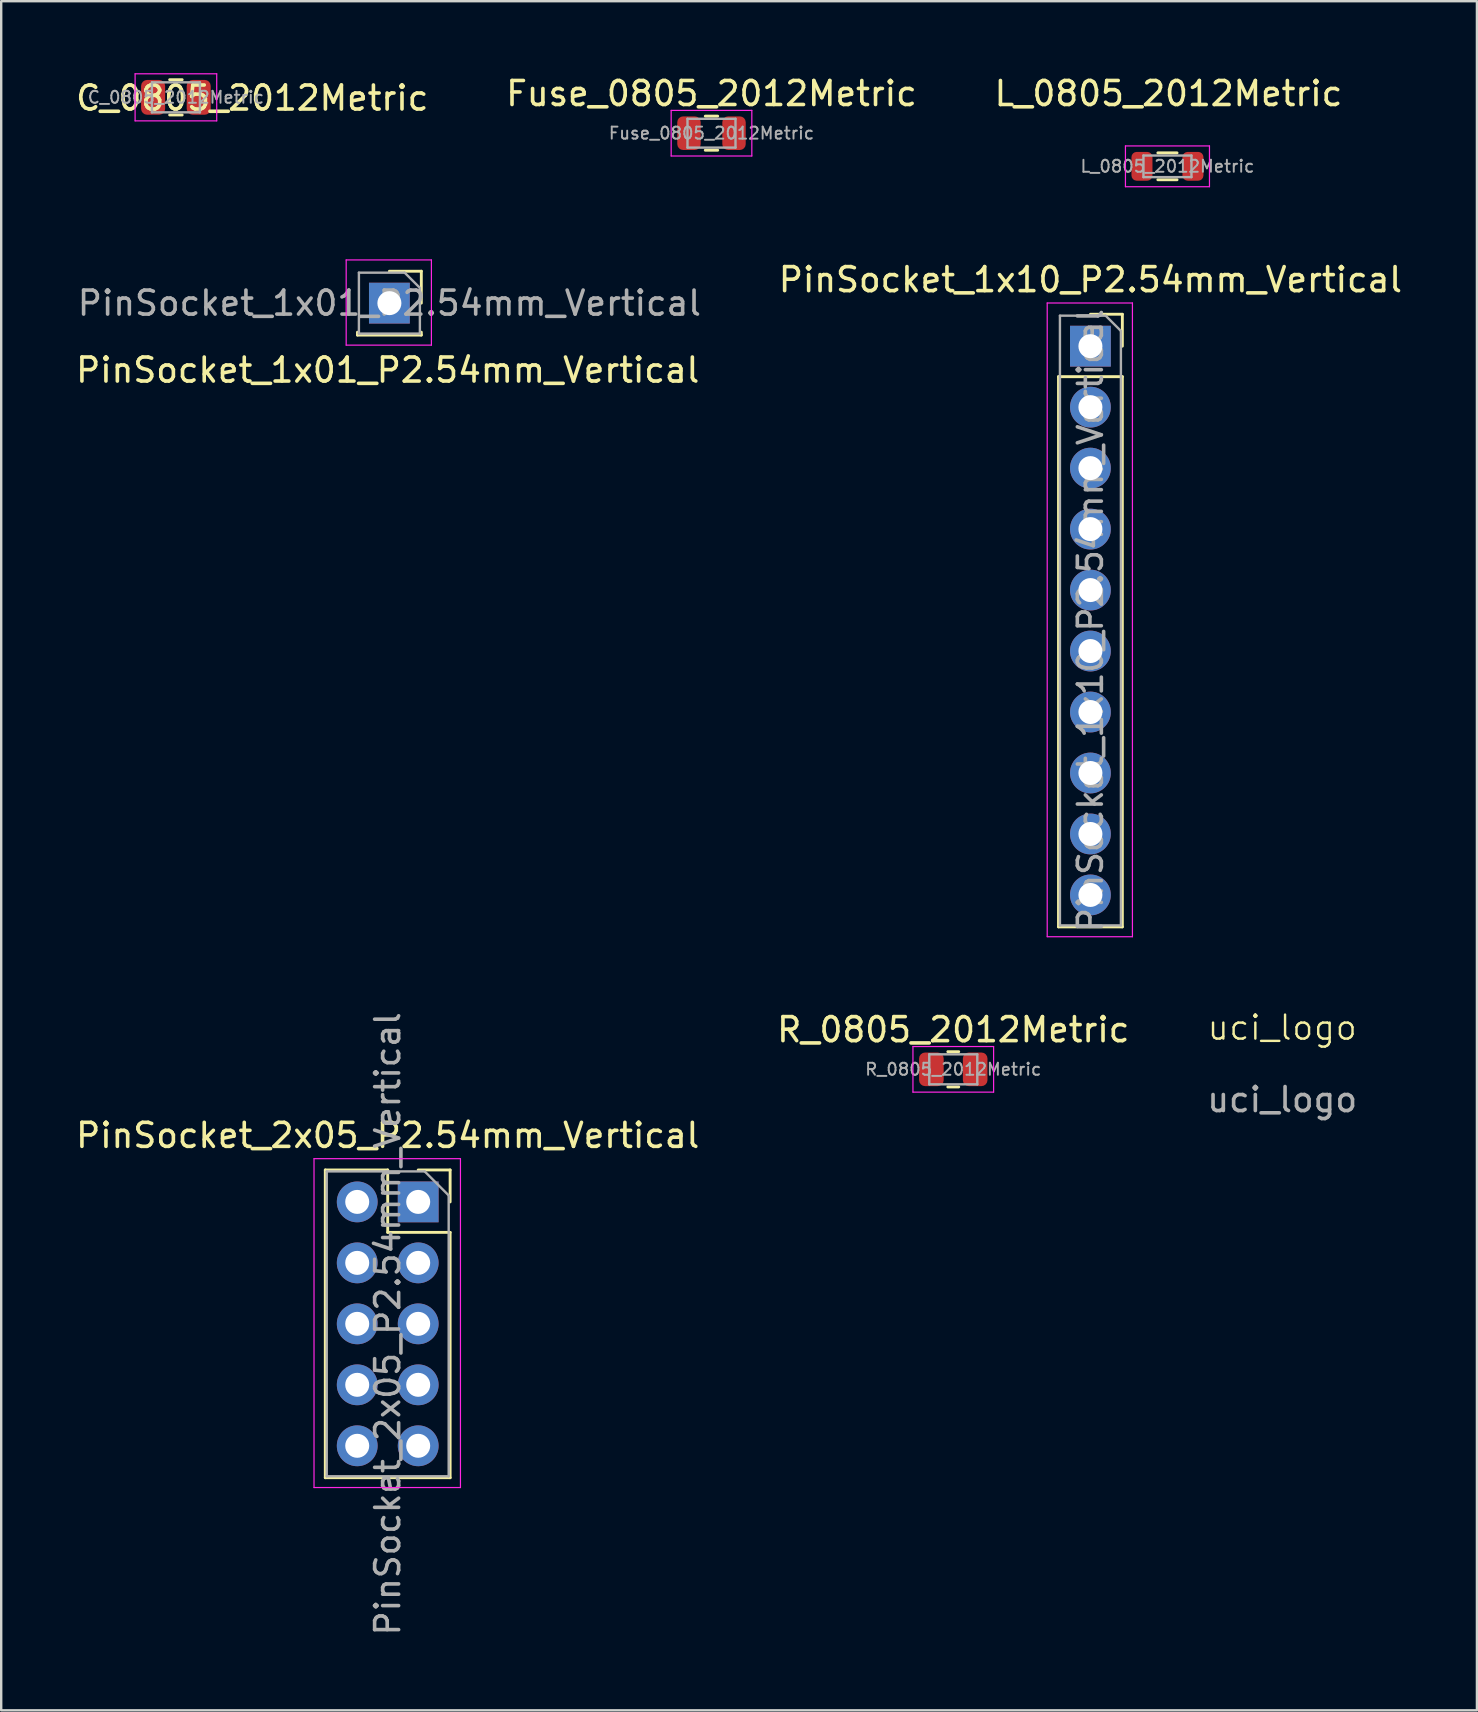
<source format=kicad_pcb>
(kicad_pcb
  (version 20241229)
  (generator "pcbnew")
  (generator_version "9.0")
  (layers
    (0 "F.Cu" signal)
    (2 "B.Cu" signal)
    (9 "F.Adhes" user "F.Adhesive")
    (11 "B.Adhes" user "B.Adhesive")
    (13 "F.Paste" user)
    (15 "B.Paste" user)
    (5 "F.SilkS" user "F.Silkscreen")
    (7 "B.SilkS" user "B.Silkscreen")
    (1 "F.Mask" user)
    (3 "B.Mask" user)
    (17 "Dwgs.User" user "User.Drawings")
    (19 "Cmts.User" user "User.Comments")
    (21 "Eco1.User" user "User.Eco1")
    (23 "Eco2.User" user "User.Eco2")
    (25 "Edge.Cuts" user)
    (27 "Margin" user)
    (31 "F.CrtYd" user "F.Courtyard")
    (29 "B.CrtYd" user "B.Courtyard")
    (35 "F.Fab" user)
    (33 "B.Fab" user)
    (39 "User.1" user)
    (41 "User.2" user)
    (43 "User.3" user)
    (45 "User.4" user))
  (footprint "L_0805_2012Metric"
    (layer "F.Cu")
    (at 45.583 3.878)
    (property "Reference" "L_0805_2012Metric" (at 0.043 -3.03 0) (layer "F.SilkS") (effects (font (size 1 1) (thickness 0.15))))
    (attr smd)
    (fp_line (start -0.4 -0.56) (end 0.4 -0.56) (stroke (width 0.12) (type solid)) (layer "F.SilkS"))
    (fp_line (start -0.4 0.56) (end 0.4 0.56) (stroke (width 0.12) (type solid)) (layer "F.SilkS"))
    (fp_line (start -1.75 -0.85) (end 1.75 -0.85) (stroke (width 0.05) (type solid)) (layer "F.CrtYd"))
    (fp_line (start -1.75 0.85) (end -1.75 -0.85) (stroke (width 0.05) (type solid)) (layer "F.CrtYd"))
    (fp_line (start 1.75 -0.85) (end 1.75 0.85) (stroke (width 0.05) (type solid)) (layer "F.CrtYd"))
    (fp_line (start 1.75 0.85) (end -1.75 0.85) (stroke (width 0.05) (type solid)) (layer "F.CrtYd"))
    (fp_line (start -1 -0.45) (end 1 -0.45) (stroke (width 0.1) (type solid)) (layer "F.Fab"))
    (fp_line (start -1 0.45) (end -1 -0.45) (stroke (width 0.1) (type solid)) (layer "F.Fab"))
    (fp_line (start 1 -0.45) (end 1 0.45) (stroke (width 0.1) (type solid)) (layer "F.Fab"))
    (fp_line (start 1 0.45) (end -1 0.45) (stroke (width 0.1) (type solid)) (layer "F.Fab"))
    (fp_text user "${REFERENCE}" (at 0 0 0) (layer "F.Fab") (effects (font (size 0.5 0.5) (thickness 0.08))))
    (pad "1" smd roundrect (at -1.062 0) (size 0.875 1.2) (layers "F.Cu" "F.Mask" "F.Paste") (roundrect_rratio 0.25))
    (pad "2" smd roundrect (at 1.062 0) (size 0.875 1.2) (layers "F.Cu" "F.Mask" "F.Paste") (roundrect_rratio 0.25)))
  (footprint "C_0805_2012Metric"
    (layer "F.Cu")
    (at 4.278 1.005)
    (property "Reference" "C_0805_2012Metric" (at 3.18 0.03 0) (layer "F.SilkS") (effects (font (size 1 1) (thickness 0.15))))
    (attr smd)
    (fp_line (start -0.261 -0.735) (end 0.261 -0.735) (stroke (width 0.12) (type solid)) (layer "F.SilkS"))
    (fp_line (start -0.261 0.735) (end 0.261 0.735) (stroke (width 0.12) (type solid)) (layer "F.SilkS"))
    (fp_line (start -1.7 -0.98) (end 1.7 -0.98) (stroke (width 0.05) (type solid)) (layer "F.CrtYd"))
    (fp_line (start -1.7 0.98) (end -1.7 -0.98) (stroke (width 0.05) (type solid)) (layer "F.CrtYd"))
    (fp_line (start 1.7 -0.98) (end 1.7 0.98) (stroke (width 0.05) (type solid)) (layer "F.CrtYd"))
    (fp_line (start 1.7 0.98) (end -1.7 0.98) (stroke (width 0.05) (type solid)) (layer "F.CrtYd"))
    (fp_line (start -1 -0.625) (end 1 -0.625) (stroke (width 0.1) (type solid)) (layer "F.Fab"))
    (fp_line (start -1 0.625) (end -1 -0.625) (stroke (width 0.1) (type solid)) (layer "F.Fab"))
    (fp_line (start 1 -0.625) (end 1 0.625) (stroke (width 0.1) (type solid)) (layer "F.Fab"))
    (fp_line (start 1 0.625) (end -1 0.625) (stroke (width 0.1) (type solid)) (layer "F.Fab"))
    (fp_text user "${REFERENCE}" (at 0 0 0) (layer "F.Fab") (effects (font (size 0.5 0.5) (thickness 0.08))))
    (pad "1" smd roundrect (at -0.95 0) (size 1 1.45) (layers "F.Cu" "F.Mask" "F.Paste") (roundrect_rratio 0.25))
    (pad "2" smd roundrect (at 0.95 0) (size 1 1.45) (layers "F.Cu" "F.Mask" "F.Paste") (roundrect_rratio 0.25)))
  (footprint "PinSocket_2x05_P2.54mm_Vertical"
    (layer "F.Cu")
    (at 14.371 47.018)
    (property "Reference" "PinSocket_2x05_P2.54mm_Vertical" (at -1.27 -2.77 0) (layer "F.SilkS") (effects (font (size 1 1) (thickness 0.15))))
    (attr through_hole)
    (fp_line (start -3.87 -1.33) (end -3.87 11.49) (stroke (width 0.12) (type solid)) (layer "F.SilkS"))
    (fp_line (start -3.87 -1.33) (end -1.27 -1.33) (stroke (width 0.12) (type solid)) (layer "F.SilkS"))
    (fp_line (start -3.87 11.49) (end 1.33 11.49) (stroke (width 0.12) (type solid)) (layer "F.SilkS"))
    (fp_line (start -1.27 -1.33) (end -1.27 1.27) (stroke (width 0.12) (type solid)) (layer "F.SilkS"))
    (fp_line (start -1.27 1.27) (end 1.33 1.27) (stroke (width 0.12) (type solid)) (layer "F.SilkS"))
    (fp_line (start 0 -1.33) (end 1.33 -1.33) (stroke (width 0.12) (type solid)) (layer "F.SilkS"))
    (fp_line (start 1.33 -1.33) (end 1.33 0) (stroke (width 0.12) (type solid)) (layer "F.SilkS"))
    (fp_line (start 1.33 1.27) (end 1.33 11.49) (stroke (width 0.12) (type solid)) (layer "F.SilkS"))
    (fp_line (start -4.34 -1.8) (end 1.76 -1.8) (stroke (width 0.05) (type solid)) (layer "F.CrtYd"))
    (fp_line (start -4.34 11.9) (end -4.34 -1.8) (stroke (width 0.05) (type solid)) (layer "F.CrtYd"))
    (fp_line (start 1.76 -1.8) (end 1.76 11.9) (stroke (width 0.05) (type solid)) (layer "F.CrtYd"))
    (fp_line (start 1.76 11.9) (end -4.34 11.9) (stroke (width 0.05) (type solid)) (layer "F.CrtYd"))
    (fp_line (start -3.81 -1.27) (end 0.27 -1.27) (stroke (width 0.1) (type solid)) (layer "F.Fab"))
    (fp_line (start -3.81 11.43) (end -3.81 -1.27) (stroke (width 0.1) (type solid)) (layer "F.Fab"))
    (fp_line (start 0.27 -1.27) (end 1.27 -0.27) (stroke (width 0.1) (type solid)) (layer "F.Fab"))
    (fp_line (start 1.27 -0.27) (end 1.27 11.43) (stroke (width 0.1) (type solid)) (layer "F.Fab"))
    (fp_line (start 1.27 11.43) (end -3.81 11.43) (stroke (width 0.1) (type solid)) (layer "F.Fab"))
    (fp_text user "${REFERENCE}" (at -1.27 5.08 90) (layer "F.Fab") (effects (font (size 1 1) (thickness 0.15))))
    (pad "1" thru_hole rect (at 0 0) (size 1.7 1.7) (drill 1) (layers "*.Cu" "*.Mask"))
    (pad "2" thru_hole oval (at -2.54 0) (size 1.7 1.7) (drill 1) (layers "*.Cu" "*.Mask"))
    (pad "3" thru_hole oval (at 0 2.54) (size 1.7 1.7) (drill 1) (layers "*.Cu" "*.Mask"))
    (pad "4" thru_hole oval (at -2.54 2.54) (size 1.7 1.7) (drill 1) (layers "*.Cu" "*.Mask"))
    (pad "5" thru_hole oval (at 0 5.08) (size 1.7 1.7) (drill 1) (layers "*.Cu" "*.Mask"))
    (pad "6" thru_hole oval (at -2.54 5.08) (size 1.7 1.7) (drill 1) (layers "*.Cu" "*.Mask"))
    (pad "7" thru_hole oval (at 0 7.62) (size 1.7 1.7) (drill 1) (layers "*.Cu" "*.Mask"))
    (pad "8" thru_hole oval (at -2.54 7.62) (size 1.7 1.7) (drill 1) (layers "*.Cu" "*.Mask"))
    (pad "9" thru_hole oval (at 0 10.16) (size 1.7 1.7) (drill 1) (layers "*.Cu" "*.Mask"))
    (pad "10" thru_hole oval (at -2.54 10.16) (size 1.7 1.7) (drill 1) (layers "*.Cu" "*.Mask")))
  (footprint "R_0805_2012Metric"
    (layer "F.Cu")
    (at 36.661 41.495)
    (property "Reference" "R_0805_2012Metric" (at 0 -1.65 180) (layer "F.SilkS") (effects (font (size 1 1) (thickness 0.15))))
    (attr smd)
    (fp_line (start -0.227 -0.735) (end 0.227 -0.735) (stroke (width 0.12) (type solid)) (layer "F.SilkS"))
    (fp_line (start -0.227 0.735) (end 0.227 0.735) (stroke (width 0.12) (type solid)) (layer "F.SilkS"))
    (fp_line (start -1.68 -0.95) (end 1.68 -0.95) (stroke (width 0.05) (type solid)) (layer "F.CrtYd"))
    (fp_line (start -1.68 0.95) (end -1.68 -0.95) (stroke (width 0.05) (type solid)) (layer "F.CrtYd"))
    (fp_line (start 1.68 -0.95) (end 1.68 0.95) (stroke (width 0.05) (type solid)) (layer "F.CrtYd"))
    (fp_line (start 1.68 0.95) (end -1.68 0.95) (stroke (width 0.05) (type solid)) (layer "F.CrtYd"))
    (fp_line (start -1 -0.625) (end 1 -0.625) (stroke (width 0.1) (type solid)) (layer "F.Fab"))
    (fp_line (start -1 0.625) (end -1 -0.625) (stroke (width 0.1) (type solid)) (layer "F.Fab"))
    (fp_line (start 1 -0.625) (end 1 0.625) (stroke (width 0.1) (type solid)) (layer "F.Fab"))
    (fp_line (start 1 0.625) (end -1 0.625) (stroke (width 0.1) (type solid)) (layer "F.Fab"))
    (fp_text user "${REFERENCE}" (at 0 0 180) (layer "F.Fab") (effects (font (size 0.5 0.5) (thickness 0.08))))
    (pad "1" smd roundrect (at -0.912 0) (size 1.025 1.4) (layers "F.Cu" "F.Mask" "F.Paste") (roundrect_rratio 0.244))
    (pad "2" smd roundrect (at 0.912 0) (size 1.025 1.4) (layers "F.Cu" "F.Mask" "F.Paste") (roundrect_rratio 0.244)))
  (footprint "uci_logo"
    (layer "F.Cu")
    (at 50.363 40.257)
    (property "Reference" "uci_logo" (at 0 -0.5 0) (unlocked yes) (layer "F.SilkS") (effects (font (size 1 1) (thickness 0.1))))
    (fp_text user "${REFERENCE}" (at 0 2.5 0) (unlocked yes) (layer "F.Fab") (effects (font (size 1 1) (thickness 0.15)))))
  (footprint "Fuse_0805_2012Metric"
    (layer "F.Cu")
    (at 26.589 2.498)
    (property "Reference" "Fuse_0805_2012Metric" (at 0 -1.65 0) (layer "F.SilkS") (effects (font (size 1 1) (thickness 0.15))))
    (attr smd)
    (fp_line (start -0.259 -0.71) (end 0.259 -0.71) (stroke (width 0.12) (type solid)) (layer "F.SilkS"))
    (fp_line (start -0.259 0.71) (end 0.259 0.71) (stroke (width 0.12) (type solid)) (layer "F.SilkS"))
    (fp_line (start -1.68 -0.95) (end 1.68 -0.95) (stroke (width 0.05) (type solid)) (layer "F.CrtYd"))
    (fp_line (start -1.68 0.95) (end -1.68 -0.95) (stroke (width 0.05) (type solid)) (layer "F.CrtYd"))
    (fp_line (start 1.68 -0.95) (end 1.68 0.95) (stroke (width 0.05) (type solid)) (layer "F.CrtYd"))
    (fp_line (start 1.68 0.95) (end -1.68 0.95) (stroke (width 0.05) (type solid)) (layer "F.CrtYd"))
    (fp_line (start -1 -0.6) (end 1 -0.6) (stroke (width 0.1) (type solid)) (layer "F.Fab"))
    (fp_line (start -1 0.6) (end -1 -0.6) (stroke (width 0.1) (type solid)) (layer "F.Fab"))
    (fp_line (start 1 -0.6) (end 1 0.6) (stroke (width 0.1) (type solid)) (layer "F.Fab"))
    (fp_line (start 1 0.6) (end -1 0.6) (stroke (width 0.1) (type solid)) (layer "F.Fab"))
    (fp_text user "${REFERENCE}" (at 0 0 0) (layer "F.Fab") (effects (font (size 0.5 0.5) (thickness 0.08))))
    (pad "1" smd roundrect (at -0.938 0) (size 0.975 1.4) (layers "F.Cu" "F.Mask" "F.Paste") (roundrect_rratio 0.25))
    (pad "2" smd roundrect (at 0.938 0) (size 0.975 1.4) (layers "F.Cu" "F.Mask" "F.Paste") (roundrect_rratio 0.25)))
  (footprint "PinSocket_1x10_P2.54mm_Vertical"
    (layer "F.Cu")
    (at 42.374 11.371)
    (property "Reference" "PinSocket_1x10_P2.54mm_Vertical" (at 0 -2.77 0) (layer "F.SilkS") (effects (font (size 1 1) (thickness 0.15))))
    (attr through_hole)
    (fp_line (start -1.33 1.27) (end -1.33 24.19) (stroke (width 0.12) (type solid)) (layer "F.SilkS"))
    (fp_line (start -1.33 1.27) (end 1.33 1.27) (stroke (width 0.12) (type solid)) (layer "F.SilkS"))
    (fp_line (start -1.33 24.19) (end 1.33 24.19) (stroke (width 0.12) (type solid)) (layer "F.SilkS"))
    (fp_line (start 0 -1.33) (end 1.33 -1.33) (stroke (width 0.12) (type solid)) (layer "F.SilkS"))
    (fp_line (start 1.33 -1.33) (end 1.33 0) (stroke (width 0.12) (type solid)) (layer "F.SilkS"))
    (fp_line (start 1.33 1.27) (end 1.33 24.19) (stroke (width 0.12) (type solid)) (layer "F.SilkS"))
    (fp_line (start -1.8 -1.8) (end 1.75 -1.8) (stroke (width 0.05) (type solid)) (layer "F.CrtYd"))
    (fp_line (start -1.8 24.6) (end -1.8 -1.8) (stroke (width 0.05) (type solid)) (layer "F.CrtYd"))
    (fp_line (start 1.75 -1.8) (end 1.75 24.6) (stroke (width 0.05) (type solid)) (layer "F.CrtYd"))
    (fp_line (start 1.75 24.6) (end -1.8 24.6) (stroke (width 0.05) (type solid)) (layer "F.CrtYd"))
    (fp_line (start -1.27 -1.27) (end 0.635 -1.27) (stroke (width 0.1) (type solid)) (layer "F.Fab"))
    (fp_line (start -1.27 24.13) (end -1.27 -1.27) (stroke (width 0.1) (type solid)) (layer "F.Fab"))
    (fp_line (start 0.635 -1.27) (end 1.27 -0.635) (stroke (width 0.1) (type solid)) (layer "F.Fab"))
    (fp_line (start 1.27 -0.635) (end 1.27 24.13) (stroke (width 0.1) (type solid)) (layer "F.Fab"))
    (fp_line (start 1.27 24.13) (end -1.27 24.13) (stroke (width 0.1) (type solid)) (layer "F.Fab"))
    (fp_text user "${REFERENCE}" (at 0 11.43 90) (layer "F.Fab") (effects (font (size 1 1) (thickness 0.15))))
    (pad "1" thru_hole rect (at 0 0) (size 1.7 1.7) (drill 1) (layers "*.Cu" "*.Mask"))
    (pad "2" thru_hole oval (at 0 2.54) (size 1.7 1.7) (drill 1) (layers "*.Cu" "*.Mask"))
    (pad "3" thru_hole oval (at 0 5.08) (size 1.7 1.7) (drill 1) (layers "*.Cu" "*.Mask"))
    (pad "4" thru_hole oval (at 0 7.62) (size 1.7 1.7) (drill 1) (layers "*.Cu" "*.Mask"))
    (pad "5" thru_hole oval (at 0 10.16) (size 1.7 1.7) (drill 1) (layers "*.Cu" "*.Mask"))
    (pad "6" thru_hole oval (at 0 12.7) (size 1.7 1.7) (drill 1) (layers "*.Cu" "*.Mask"))
    (pad "7" thru_hole oval (at 0 15.24) (size 1.7 1.7) (drill 1) (layers "*.Cu" "*.Mask"))
    (pad "8" thru_hole oval (at 0 17.78) (size 1.7 1.7) (drill 1) (layers "*.Cu" "*.Mask"))
    (pad "9" thru_hole oval (at 0 20.32) (size 1.7 1.7) (drill 1) (layers "*.Cu" "*.Mask"))
    (pad "10" thru_hole oval (at 0 22.86) (size 1.7 1.7) (drill 1) (layers "*.Cu" "*.Mask")))
  (footprint "PinSocket_1x01_P2.54mm_Vertical"
    (layer "F.Cu")
    (at 13.171 9.578)
    (property "Reference" "PinSocket_1x01_P2.54mm_Vertical" (at -0.07 2.79 0) (layer "F.SilkS") (effects (font (size 1 1) (thickness 0.15))))
    (attr through_hole)
    (fp_line (start -1.33 1.21) (end -1.33 1.33) (stroke (width 0.12) (type solid)) (layer "F.SilkS"))
    (fp_line (start -1.33 1.33) (end 1.33 1.33) (stroke (width 0.12) (type solid)) (layer "F.SilkS"))
    (fp_line (start 0 -1.33) (end 1.33 -1.33) (stroke (width 0.12) (type solid)) (layer "F.SilkS"))
    (fp_line (start 1.33 -1.33) (end 1.33 0) (stroke (width 0.12) (type solid)) (layer "F.SilkS"))
    (fp_line (start 1.33 1.21) (end 1.33 1.33) (stroke (width 0.12) (type solid)) (layer "F.SilkS"))
    (fp_line (start -1.8 -1.8) (end 1.75 -1.8) (stroke (width 0.05) (type solid)) (layer "F.CrtYd"))
    (fp_line (start -1.8 1.75) (end -1.8 -1.8) (stroke (width 0.05) (type solid)) (layer "F.CrtYd"))
    (fp_line (start 1.75 -1.8) (end 1.75 1.75) (stroke (width 0.05) (type solid)) (layer "F.CrtYd"))
    (fp_line (start 1.75 1.75) (end -1.8 1.75) (stroke (width 0.05) (type solid)) (layer "F.CrtYd"))
    (fp_line (start -1.27 -1.27) (end 0.635 -1.27) (stroke (width 0.1) (type solid)) (layer "F.Fab"))
    (fp_line (start -1.27 1.27) (end -1.27 -1.27) (stroke (width 0.1) (type solid)) (layer "F.Fab"))
    (fp_line (start 0.635 -1.27) (end 1.27 -0.635) (stroke (width 0.1) (type solid)) (layer "F.Fab"))
    (fp_line (start 1.27 -0.635) (end 1.27 1.27) (stroke (width 0.1) (type solid)) (layer "F.Fab"))
    (fp_line (start 1.27 1.27) (end -1.27 1.27) (stroke (width 0.1) (type solid)) (layer "F.Fab"))
    (fp_text user "${REFERENCE}" (at 0 0 0) (layer "F.Fab") (effects (font (size 1 1) (thickness 0.15))))
    (pad "1" thru_hole rect (at 0 0) (size 1.7 1.7) (drill 1) (layers "*.Cu" "*.Mask")))
  (gr_rect
    (start -3 -3)
    (end 58.475 68.199)
    (stroke (width 0.1) (type default))
    (fill no)
    (layer "Edge.Cuts")))
</source>
